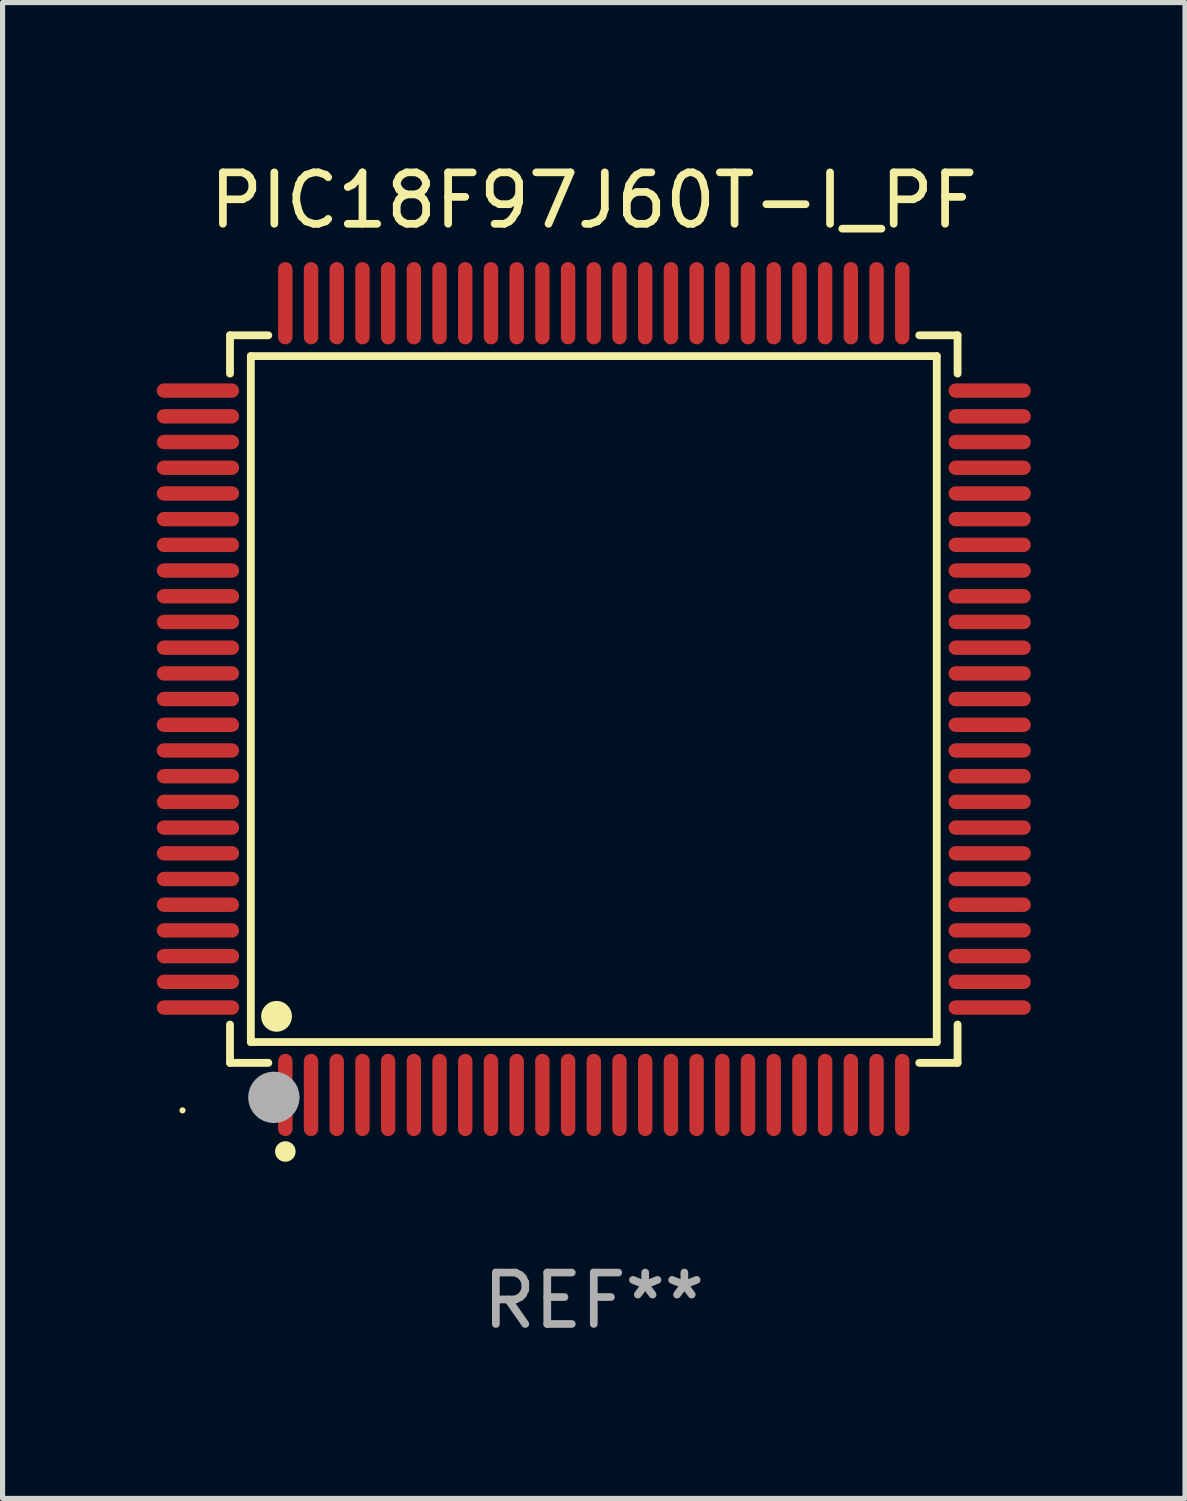
<source format=kicad_pcb>
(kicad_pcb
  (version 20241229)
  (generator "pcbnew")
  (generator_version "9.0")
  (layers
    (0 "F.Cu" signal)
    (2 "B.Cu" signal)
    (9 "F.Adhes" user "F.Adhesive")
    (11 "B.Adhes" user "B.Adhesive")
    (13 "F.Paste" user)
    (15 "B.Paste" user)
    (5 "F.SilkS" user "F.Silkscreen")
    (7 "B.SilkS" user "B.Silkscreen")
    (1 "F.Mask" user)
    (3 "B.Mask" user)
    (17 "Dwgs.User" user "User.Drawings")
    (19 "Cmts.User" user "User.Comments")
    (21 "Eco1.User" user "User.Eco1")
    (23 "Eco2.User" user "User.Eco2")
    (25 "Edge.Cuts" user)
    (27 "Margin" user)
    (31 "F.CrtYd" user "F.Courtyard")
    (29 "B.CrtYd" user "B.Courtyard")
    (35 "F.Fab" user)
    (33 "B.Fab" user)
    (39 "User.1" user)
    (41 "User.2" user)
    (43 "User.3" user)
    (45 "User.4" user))
  (footprint "PIC18F97J60T-I_PF"
    (layer "F.Cu")
    (at 8.5 10.548)
    (property "Reference" "PIC18F97J60T-I_PF" (at 0 -9.7 0) (layer "F.SilkS") (effects (font (size 1 1) (thickness 0.15))))
    (attr through_hole)
    (fp_line (start -7.076 -7.076) (end -6.331 -7.076) (stroke (width 0.152) (type solid)) (layer "F.SilkS"))
    (fp_line (start -7.076 -6.331) (end -7.076 -7.076) (stroke (width 0.152) (type solid)) (layer "F.SilkS"))
    (fp_line (start -7.076 6.331) (end -7.076 7.076) (stroke (width 0.152) (type solid)) (layer "F.SilkS"))
    (fp_line (start -7.076 7.076) (end -6.331 7.076) (stroke (width 0.152) (type solid)) (layer "F.SilkS"))
    (fp_line (start -6.671 -6.671) (end 6.671 -6.671) (stroke (width 0.152) (type solid)) (layer "F.SilkS"))
    (fp_line (start -6.671 6.671) (end -6.671 -6.671) (stroke (width 0.152) (type solid)) (layer "F.SilkS"))
    (fp_line (start 6.671 -6.671) (end 6.671 6.671) (stroke (width 0.152) (type solid)) (layer "F.SilkS"))
    (fp_line (start 6.671 6.671) (end -6.671 6.671) (stroke (width 0.152) (type solid)) (layer "F.SilkS"))
    (fp_line (start 7.076 -7.076) (end 6.331 -7.076) (stroke (width 0.152) (type solid)) (layer "F.SilkS"))
    (fp_line (start 7.076 -6.331) (end 7.076 -7.076) (stroke (width 0.152) (type solid)) (layer "F.SilkS"))
    (fp_line (start 7.076 6.331) (end 7.076 7.076) (stroke (width 0.152) (type solid)) (layer "F.SilkS"))
    (fp_line (start 7.076 7.076) (end 6.331 7.076) (stroke (width 0.152) (type solid)) (layer "F.SilkS"))
    (fp_circle (center -8 8) (end -7.97 8) (stroke (width 0.06) (type solid)) (fill no) (layer "F.SilkS"))
    (fp_circle (center -6.171 6.171) (end -6.021 6.171) (stroke (width 0.3) (type solid)) (fill no) (layer "F.SilkS"))
    (fp_circle (center -6 8.8) (end -5.9 8.8) (stroke (width 0.2) (type solid)) (fill no) (layer "F.SilkS"))
    (fp_circle (center -6.223 7.747) (end -5.973 7.747) (stroke (width 0.5) (type solid)) (fill no) (layer "F.Fab"))
    (fp_text user "REF**" (at 0 11.7 0) (layer "F.Fab") (effects (font (size 1 1) (thickness 0.15))))
    (pad "1" smd oval (at -6 7.7) (size 0.28 1.6) (layers "F.Cu" "F.Mask" "F.Paste"))
    (pad "2" smd oval (at -5.5 7.7) (size 0.28 1.6) (layers "F.Cu" "F.Mask" "F.Paste"))
    (pad "3" smd oval (at -5 7.7) (size 0.28 1.6) (layers "F.Cu" "F.Mask" "F.Paste"))
    (pad "4" smd oval (at -4.5 7.7) (size 0.28 1.6) (layers "F.Cu" "F.Mask" "F.Paste"))
    (pad "5" smd oval (at -4 7.7) (size 0.28 1.6) (layers "F.Cu" "F.Mask" "F.Paste"))
    (pad "6" smd oval (at -3.5 7.7) (size 0.28 1.6) (layers "F.Cu" "F.Mask" "F.Paste"))
    (pad "7" smd oval (at -3 7.7) (size 0.28 1.6) (layers "F.Cu" "F.Mask" "F.Paste"))
    (pad "8" smd oval (at -2.5 7.7) (size 0.28 1.6) (layers "F.Cu" "F.Mask" "F.Paste"))
    (pad "9" smd oval (at -2 7.7) (size 0.28 1.6) (layers "F.Cu" "F.Mask" "F.Paste"))
    (pad "10" smd oval (at -1.5 7.7) (size 0.28 1.6) (layers "F.Cu" "F.Mask" "F.Paste"))
    (pad "11" smd oval (at -1 7.7) (size 0.28 1.6) (layers "F.Cu" "F.Mask" "F.Paste"))
    (pad "12" smd oval (at -0.5 7.7) (size 0.28 1.6) (layers "F.Cu" "F.Mask" "F.Paste"))
    (pad "13" smd oval (at 0 7.7) (size 0.28 1.6) (layers "F.Cu" "F.Mask" "F.Paste"))
    (pad "14" smd oval (at 0.5 7.7) (size 0.28 1.6) (layers "F.Cu" "F.Mask" "F.Paste"))
    (pad "15" smd oval (at 1 7.7) (size 0.28 1.6) (layers "F.Cu" "F.Mask" "F.Paste"))
    (pad "16" smd oval (at 1.5 7.7) (size 0.28 1.6) (layers "F.Cu" "F.Mask" "F.Paste"))
    (pad "17" smd oval (at 2 7.7) (size 0.28 1.6) (layers "F.Cu" "F.Mask" "F.Paste"))
    (pad "18" smd oval (at 2.5 7.7) (size 0.28 1.6) (layers "F.Cu" "F.Mask" "F.Paste"))
    (pad "19" smd oval (at 3 7.7) (size 0.28 1.6) (layers "F.Cu" "F.Mask" "F.Paste"))
    (pad "20" smd oval (at 3.5 7.7) (size 0.28 1.6) (layers "F.Cu" "F.Mask" "F.Paste"))
    (pad "21" smd oval (at 4 7.7) (size 0.28 1.6) (layers "F.Cu" "F.Mask" "F.Paste"))
    (pad "22" smd oval (at 4.5 7.7) (size 0.28 1.6) (layers "F.Cu" "F.Mask" "F.Paste"))
    (pad "23" smd oval (at 5 7.7) (size 0.28 1.6) (layers "F.Cu" "F.Mask" "F.Paste"))
    (pad "24" smd oval (at 5.5 7.7) (size 0.28 1.6) (layers "F.Cu" "F.Mask" "F.Paste"))
    (pad "25" smd oval (at 6 7.7) (size 0.28 1.6) (layers "F.Cu" "F.Mask" "F.Paste"))
    (pad "26" smd oval (at 7.7 6) (size 1.6 0.28) (layers "F.Cu" "F.Mask" "F.Paste"))
    (pad "27" smd oval (at 7.7 5.5) (size 1.6 0.28) (layers "F.Cu" "F.Mask" "F.Paste"))
    (pad "28" smd oval (at 7.7 5) (size 1.6 0.28) (layers "F.Cu" "F.Mask" "F.Paste"))
    (pad "29" smd oval (at 7.7 4.5) (size 1.6 0.28) (layers "F.Cu" "F.Mask" "F.Paste"))
    (pad "30" smd oval (at 7.7 4) (size 1.6 0.28) (layers "F.Cu" "F.Mask" "F.Paste"))
    (pad "31" smd oval (at 7.7 3.5) (size 1.6 0.28) (layers "F.Cu" "F.Mask" "F.Paste"))
    (pad "32" smd oval (at 7.7 3) (size 1.6 0.28) (layers "F.Cu" "F.Mask" "F.Paste"))
    (pad "33" smd oval (at 7.7 2.5) (size 1.6 0.28) (layers "F.Cu" "F.Mask" "F.Paste"))
    (pad "34" smd oval (at 7.7 2) (size 1.6 0.28) (layers "F.Cu" "F.Mask" "F.Paste"))
    (pad "35" smd oval (at 7.7 1.5) (size 1.6 0.28) (layers "F.Cu" "F.Mask" "F.Paste"))
    (pad "36" smd oval (at 7.7 1) (size 1.6 0.28) (layers "F.Cu" "F.Mask" "F.Paste"))
    (pad "37" smd oval (at 7.7 0.5) (size 1.6 0.28) (layers "F.Cu" "F.Mask" "F.Paste"))
    (pad "38" smd oval (at 7.7 0) (size 1.6 0.28) (layers "F.Cu" "F.Mask" "F.Paste"))
    (pad "39" smd oval (at 7.7 -0.5) (size 1.6 0.28) (layers "F.Cu" "F.Mask" "F.Paste"))
    (pad "40" smd oval (at 7.7 -1) (size 1.6 0.28) (layers "F.Cu" "F.Mask" "F.Paste"))
    (pad "41" smd oval (at 7.7 -1.5) (size 1.6 0.28) (layers "F.Cu" "F.Mask" "F.Paste"))
    (pad "42" smd oval (at 7.7 -2) (size 1.6 0.28) (layers "F.Cu" "F.Mask" "F.Paste"))
    (pad "43" smd oval (at 7.7 -2.5) (size 1.6 0.28) (layers "F.Cu" "F.Mask" "F.Paste"))
    (pad "44" smd oval (at 7.7 -3) (size 1.6 0.28) (layers "F.Cu" "F.Mask" "F.Paste"))
    (pad "45" smd oval (at 7.7 -3.5) (size 1.6 0.28) (layers "F.Cu" "F.Mask" "F.Paste"))
    (pad "46" smd oval (at 7.7 -4) (size 1.6 0.28) (layers "F.Cu" "F.Mask" "F.Paste"))
    (pad "47" smd oval (at 7.7 -4.5) (size 1.6 0.28) (layers "F.Cu" "F.Mask" "F.Paste"))
    (pad "48" smd oval (at 7.7 -5) (size 1.6 0.28) (layers "F.Cu" "F.Mask" "F.Paste"))
    (pad "49" smd oval (at 7.7 -5.5) (size 1.6 0.28) (layers "F.Cu" "F.Mask" "F.Paste"))
    (pad "50" smd oval (at 7.7 -6) (size 1.6 0.28) (layers "F.Cu" "F.Mask" "F.Paste"))
    (pad "51" smd oval (at 6 -7.7) (size 0.28 1.6) (layers "F.Cu" "F.Mask" "F.Paste"))
    (pad "52" smd oval (at 5.5 -7.7) (size 0.28 1.6) (layers "F.Cu" "F.Mask" "F.Paste"))
    (pad "53" smd oval (at 5 -7.7) (size 0.28 1.6) (layers "F.Cu" "F.Mask" "F.Paste"))
    (pad "54" smd oval (at 4.5 -7.7) (size 0.28 1.6) (layers "F.Cu" "F.Mask" "F.Paste"))
    (pad "55" smd oval (at 4 -7.7) (size 0.28 1.6) (layers "F.Cu" "F.Mask" "F.Paste"))
    (pad "56" smd oval (at 3.5 -7.7) (size 0.28 1.6) (layers "F.Cu" "F.Mask" "F.Paste"))
    (pad "57" smd oval (at 3 -7.7) (size 0.28 1.6) (layers "F.Cu" "F.Mask" "F.Paste"))
    (pad "58" smd oval (at 2.5 -7.7) (size 0.28 1.6) (layers "F.Cu" "F.Mask" "F.Paste"))
    (pad "59" smd oval (at 2 -7.7) (size 0.28 1.6) (layers "F.Cu" "F.Mask" "F.Paste"))
    (pad "60" smd oval (at 1.5 -7.7) (size 0.28 1.6) (layers "F.Cu" "F.Mask" "F.Paste"))
    (pad "61" smd oval (at 1 -7.7) (size 0.28 1.6) (layers "F.Cu" "F.Mask" "F.Paste"))
    (pad "62" smd oval (at 0.5 -7.7) (size 0.28 1.6) (layers "F.Cu" "F.Mask" "F.Paste"))
    (pad "63" smd oval (at 0 -7.7) (size 0.28 1.6) (layers "F.Cu" "F.Mask" "F.Paste"))
    (pad "64" smd oval (at -0.5 -7.7) (size 0.28 1.6) (layers "F.Cu" "F.Mask" "F.Paste"))
    (pad "65" smd oval (at -1 -7.7) (size 0.28 1.6) (layers "F.Cu" "F.Mask" "F.Paste"))
    (pad "66" smd oval (at -1.5 -7.7) (size 0.28 1.6) (layers "F.Cu" "F.Mask" "F.Paste"))
    (pad "67" smd oval (at -2 -7.7) (size 0.28 1.6) (layers "F.Cu" "F.Mask" "F.Paste"))
    (pad "68" smd oval (at -2.5 -7.7) (size 0.28 1.6) (layers "F.Cu" "F.Mask" "F.Paste"))
    (pad "69" smd oval (at -3 -7.7) (size 0.28 1.6) (layers "F.Cu" "F.Mask" "F.Paste"))
    (pad "70" smd oval (at -3.5 -7.7) (size 0.28 1.6) (layers "F.Cu" "F.Mask" "F.Paste"))
    (pad "71" smd oval (at -4 -7.7) (size 0.28 1.6) (layers "F.Cu" "F.Mask" "F.Paste"))
    (pad "72" smd oval (at -4.5 -7.7) (size 0.28 1.6) (layers "F.Cu" "F.Mask" "F.Paste"))
    (pad "73" smd oval (at -5 -7.7) (size 0.28 1.6) (layers "F.Cu" "F.Mask" "F.Paste"))
    (pad "74" smd oval (at -5.5 -7.7) (size 0.28 1.6) (layers "F.Cu" "F.Mask" "F.Paste"))
    (pad "75" smd oval (at -6 -7.7) (size 0.28 1.6) (layers "F.Cu" "F.Mask" "F.Paste"))
    (pad "76" smd oval (at -7.7 -6) (size 1.6 0.28) (layers "F.Cu" "F.Mask" "F.Paste"))
    (pad "77" smd oval (at -7.7 -5.5) (size 1.6 0.28) (layers "F.Cu" "F.Mask" "F.Paste"))
    (pad "78" smd oval (at -7.7 -5) (size 1.6 0.28) (layers "F.Cu" "F.Mask" "F.Paste"))
    (pad "79" smd oval (at -7.7 -4.5) (size 1.6 0.28) (layers "F.Cu" "F.Mask" "F.Paste"))
    (pad "80" smd oval (at -7.7 -4) (size 1.6 0.28) (layers "F.Cu" "F.Mask" "F.Paste"))
    (pad "81" smd oval (at -7.7 -3.5) (size 1.6 0.28) (layers "F.Cu" "F.Mask" "F.Paste"))
    (pad "82" smd oval (at -7.7 -3) (size 1.6 0.28) (layers "F.Cu" "F.Mask" "F.Paste"))
    (pad "83" smd oval (at -7.7 -2.5) (size 1.6 0.28) (layers "F.Cu" "F.Mask" "F.Paste"))
    (pad "84" smd oval (at -7.7 -2) (size 1.6 0.28) (layers "F.Cu" "F.Mask" "F.Paste"))
    (pad "85" smd oval (at -7.7 -1.5) (size 1.6 0.28) (layers "F.Cu" "F.Mask" "F.Paste"))
    (pad "86" smd oval (at -7.7 -1) (size 1.6 0.28) (layers "F.Cu" "F.Mask" "F.Paste"))
    (pad "87" smd oval (at -7.7 -0.5) (size 1.6 0.28) (layers "F.Cu" "F.Mask" "F.Paste"))
    (pad "88" smd oval (at -7.7 0) (size 1.6 0.28) (layers "F.Cu" "F.Mask" "F.Paste"))
    (pad "89" smd oval (at -7.7 0.5) (size 1.6 0.28) (layers "F.Cu" "F.Mask" "F.Paste"))
    (pad "90" smd oval (at -7.7 1) (size 1.6 0.28) (layers "F.Cu" "F.Mask" "F.Paste"))
    (pad "91" smd oval (at -7.7 1.5) (size 1.6 0.28) (layers "F.Cu" "F.Mask" "F.Paste"))
    (pad "92" smd oval (at -7.7 2) (size 1.6 0.28) (layers "F.Cu" "F.Mask" "F.Paste"))
    (pad "93" smd oval (at -7.7 2.5) (size 1.6 0.28) (layers "F.Cu" "F.Mask" "F.Paste"))
    (pad "94" smd oval (at -7.7 3) (size 1.6 0.28) (layers "F.Cu" "F.Mask" "F.Paste"))
    (pad "95" smd oval (at -7.7 3.5) (size 1.6 0.28) (layers "F.Cu" "F.Mask" "F.Paste"))
    (pad "96" smd oval (at -7.7 4) (size 1.6 0.28) (layers "F.Cu" "F.Mask" "F.Paste"))
    (pad "97" smd oval (at -7.7 4.5) (size 1.6 0.28) (layers "F.Cu" "F.Mask" "F.Paste"))
    (pad "98" smd oval (at -7.7 5) (size 1.6 0.28) (layers "F.Cu" "F.Mask" "F.Paste"))
    (pad "99" smd oval (at -7.7 5.5) (size 1.6 0.28) (layers "F.Cu" "F.Mask" "F.Paste"))
    (pad "100" smd oval (at -7.7 6) (size 1.6 0.28) (layers "F.Cu" "F.Mask" "F.Paste")))
  (gr_rect
    (start -3 -3)
    (end 20 26.097)
    (stroke (width 0.1) (type default))
    (fill no)
    (layer "Edge.Cuts")))
</source>
